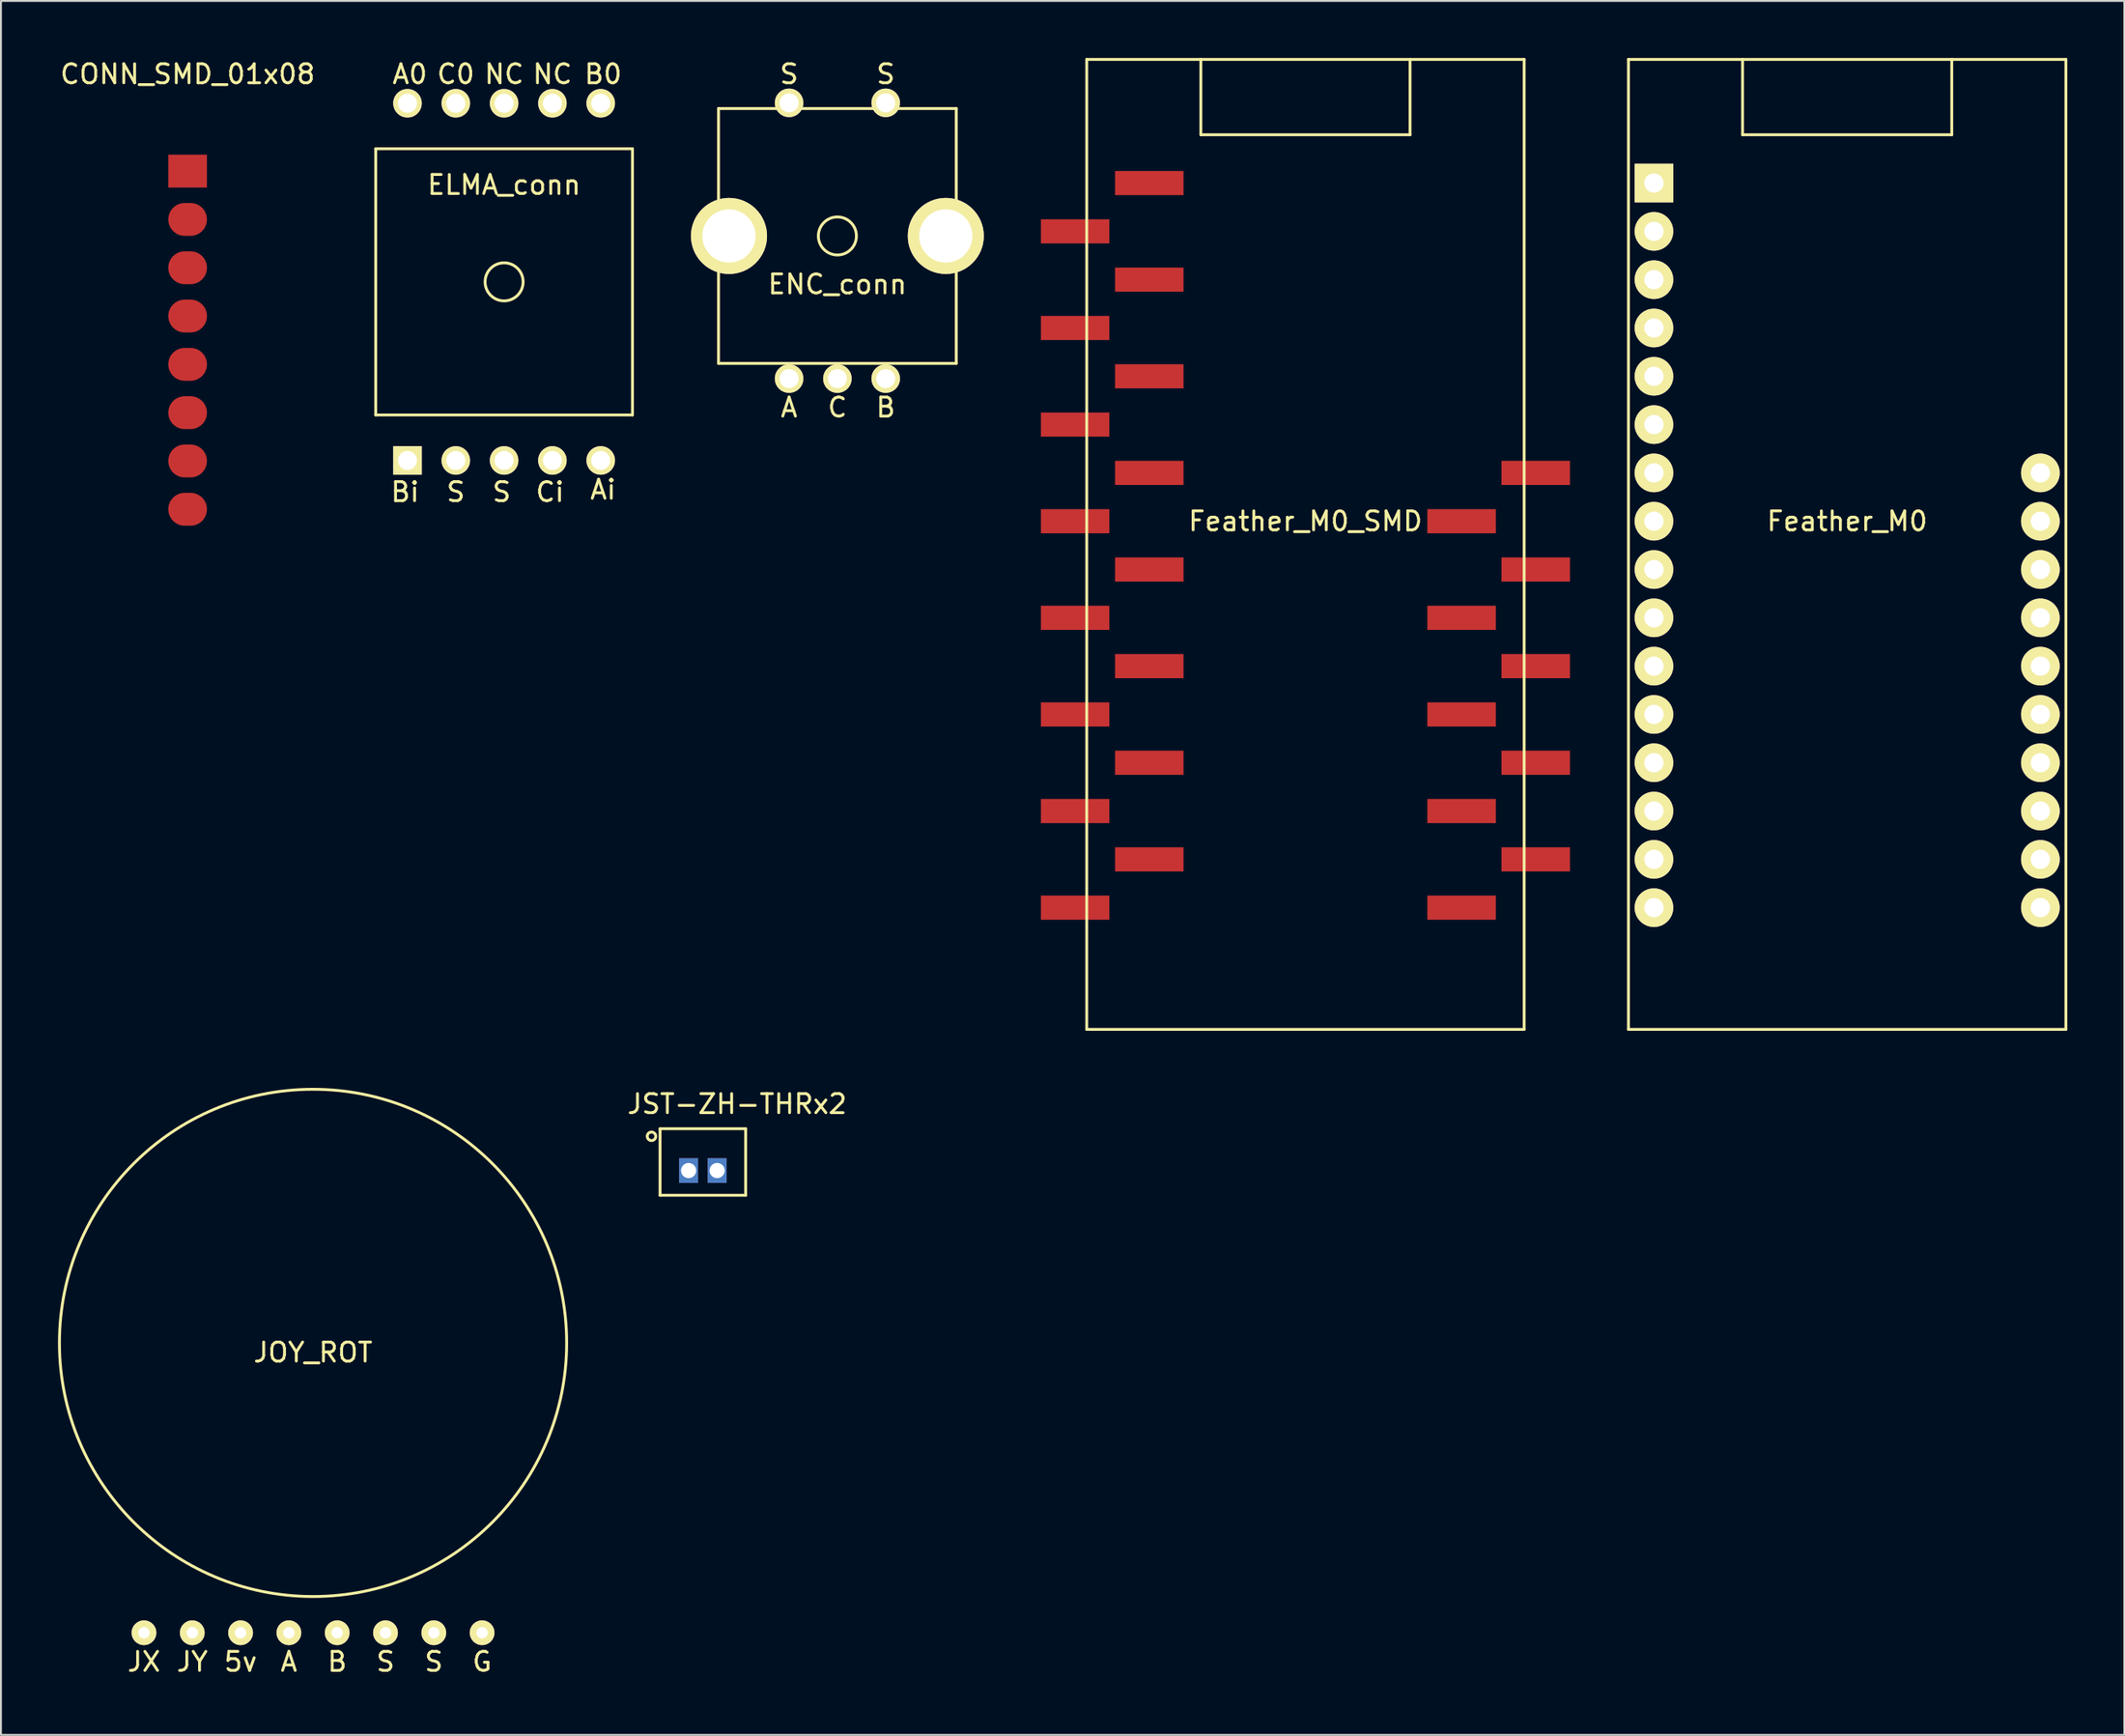
<source format=kicad_pcb>
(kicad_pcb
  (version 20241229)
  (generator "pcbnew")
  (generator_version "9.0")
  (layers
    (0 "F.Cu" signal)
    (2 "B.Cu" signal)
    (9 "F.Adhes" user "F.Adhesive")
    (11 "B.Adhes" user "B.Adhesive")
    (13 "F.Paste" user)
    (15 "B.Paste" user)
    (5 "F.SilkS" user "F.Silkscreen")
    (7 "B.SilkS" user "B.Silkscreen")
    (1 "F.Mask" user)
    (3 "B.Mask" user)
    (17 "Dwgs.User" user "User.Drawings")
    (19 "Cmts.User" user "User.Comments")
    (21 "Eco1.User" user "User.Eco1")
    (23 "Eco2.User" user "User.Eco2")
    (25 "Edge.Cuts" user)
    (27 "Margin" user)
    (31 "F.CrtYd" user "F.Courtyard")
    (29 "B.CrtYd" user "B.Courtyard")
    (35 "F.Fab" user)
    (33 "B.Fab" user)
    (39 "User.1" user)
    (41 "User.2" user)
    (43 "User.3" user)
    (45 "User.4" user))
  (footprint "JST-ZH-THRx2"
    (layer "F.Cu")
    (at 33.907 58.498)
    (property "Reference" "JST-ZH-THRx2" (at 1.8 -3.5 0) (layer "F.SilkS") (effects (font (size 1 1) (thickness 0.15))))
    (attr through_hole)
    (fp_line (start -2.25 -2.2) (end -2.25 1.3) (stroke (width 0.15) (type solid)) (layer "F.SilkS"))
    (fp_line (start -2.25 1.3) (end 2.25 1.3) (stroke (width 0.15) (type solid)) (layer "F.SilkS"))
    (fp_line (start 2.25 -2.2) (end -2.25 -2.2) (stroke (width 0.15) (type solid)) (layer "F.SilkS"))
    (fp_line (start 2.25 -2.2) (end 2.25 1.3) (stroke (width 0.15) (type solid)) (layer "F.SilkS"))
    (fp_circle (center -2.7 -1.8) (end -2.5 -1.7) (stroke (width 0.15) (type solid)) (fill no) (layer "F.SilkS"))
    (pad "1" thru_hole rect (at -0.75 0) (size 1 1.3) (drill 0.8) (layers "*.Cu" "*.Mask"))
    (pad "2" thru_hole rect (at 0.75 0) (size 1 1.3) (drill 0.8) (layers "*.Cu" "*.Mask")))
  (footprint "Feather_M0_SMD"
    (layer "F.Cu")
    (at 65.591 24.355)
    (property "Reference" "Feather_M0_SMD" (at 0 0 0) (layer "F.SilkS") (effects (font (size 1 1) (thickness 0.15))))
    (attr through_hole)
    (fp_line (start -11.5 -24.28) (end 11.5 -24.28) (stroke (width 0.15) (type solid)) (layer "F.SilkS"))
    (fp_line (start -11.5 26.72) (end -11.5 -24.28) (stroke (width 0.15) (type solid)) (layer "F.SilkS"))
    (fp_line (start -5.5 -24.28) (end -5.5 -20.32) (stroke (width 0.15) (type solid)) (layer "F.SilkS"))
    (fp_line (start -5.5 -20.32) (end 5.5 -20.32) (stroke (width 0.15) (type solid)) (layer "F.SilkS"))
    (fp_line (start 5.5 -20.32) (end 5.5 -24.28) (stroke (width 0.15) (type solid)) (layer "F.SilkS"))
    (fp_line (start 11.5 -24.28) (end 11.5 26.72) (stroke (width 0.15) (type solid)) (layer "F.SilkS"))
    (fp_line (start 11.5 26.72) (end -11.5 26.72) (stroke (width 0.15) (type solid)) (layer "F.SilkS"))
    (pad "1" smd rect (at -8.21 -17.78) (size 3.6 1.27) (layers "F.Cu" "F.Mask" "F.Paste"))
    (pad "2" smd rect (at -12.11 -15.24) (size 3.6 1.27) (layers "F.Cu" "F.Mask" "F.Paste"))
    (pad "3" smd rect (at -8.21 -12.7) (size 3.6 1.27) (layers "F.Cu" "F.Mask" "F.Paste"))
    (pad "4" smd rect (at -12.11 -10.16) (size 3.6 1.27) (layers "F.Cu" "F.Mask" "F.Paste"))
    (pad "5" smd rect (at -8.21 -7.62) (size 3.6 1.27) (layers "F.Cu" "F.Mask" "F.Paste"))
    (pad "6" smd rect (at -12.11 -5.08) (size 3.6 1.27) (layers "F.Cu" "F.Mask" "F.Paste"))
    (pad "7" smd rect (at -8.21 -2.54) (size 3.6 1.27) (layers "F.Cu" "F.Mask" "F.Paste"))
    (pad "8" smd rect (at -12.11 0) (size 3.6 1.27) (layers "F.Cu" "F.Mask" "F.Paste"))
    (pad "9" smd rect (at -8.21 2.54) (size 3.6 1.27) (layers "F.Cu" "F.Mask" "F.Paste"))
    (pad "10" smd rect (at -12.11 5.08) (size 3.6 1.27) (layers "F.Cu" "F.Mask" "F.Paste"))
    (pad "11" smd rect (at -8.21 7.62) (size 3.6 1.27) (layers "F.Cu" "F.Mask" "F.Paste"))
    (pad "12" smd rect (at -12.11 10.16) (size 3.6 1.27) (layers "F.Cu" "F.Mask" "F.Paste"))
    (pad "13" smd rect (at -8.21 12.7) (size 3.6 1.27) (layers "F.Cu" "F.Mask" "F.Paste"))
    (pad "14" smd rect (at -12.11 15.24) (size 3.6 1.27) (layers "F.Cu" "F.Mask" "F.Paste"))
    (pad "15" smd rect (at -8.21 17.78) (size 3.6 1.27) (layers "F.Cu" "F.Mask" "F.Paste"))
    (pad "16" smd rect (at -12.11 20.32) (size 3.6 1.27) (layers "F.Cu" "F.Mask" "F.Paste"))
    (pad "17" smd rect (at 8.21 0) (size 3.6 1.27) (layers "F.Cu" "F.Mask" "F.Paste"))
    (pad "18" smd rect (at 12.11 2.54) (size 3.6 1.27) (layers "F.Cu" "F.Mask" "F.Paste"))
    (pad "19" smd rect (at 8.21 5.08) (size 3.6 1.27) (layers "F.Cu" "F.Mask" "F.Paste"))
    (pad "20" smd rect (at 12.11 7.62) (size 3.6 1.27) (layers "F.Cu" "F.Mask" "F.Paste"))
    (pad "21" smd rect (at 8.21 10.16) (size 3.6 1.27) (layers "F.Cu" "F.Mask" "F.Paste"))
    (pad "22" smd rect (at 12.11 12.7) (size 3.6 1.27) (layers "F.Cu" "F.Mask" "F.Paste"))
    (pad "23" smd rect (at 8.21 15.24) (size 3.6 1.27) (layers "F.Cu" "F.Mask" "F.Paste"))
    (pad "24" smd rect (at 12.11 17.78) (size 3.6 1.27) (layers "F.Cu" "F.Mask" "F.Paste"))
    (pad "25" smd rect (at 8.21 20.32) (size 3.6 1.27) (layers "F.Cu" "F.Mask" "F.Paste"))
    (pad "26" smd rect (at 12.11 -2.54) (size 3.6 1.27) (layers "F.Cu" "F.Mask" "F.Paste")))
  (footprint "ENC_conn"
    (layer "F.Cu")
    (at 40.981 9.357)
    (property "Reference" "ENC_conn" (at 0 2.54 0) (layer "F.SilkS") (effects (font (size 1 1) (thickness 0.15))))
    (attr through_hole)
    (fp_line (start -6.25 -6.7) (end -6.25 6.7) (stroke (width 0.15) (type solid)) (layer "F.SilkS"))
    (fp_line (start -6.25 -6.7) (end 6.25 -6.7) (stroke (width 0.15) (type solid)) (layer "F.SilkS"))
    (fp_line (start -6.25 6.7) (end 6.25 6.7) (stroke (width 0.15) (type solid)) (layer "F.SilkS"))
    (fp_line (start 6.25 -6.7) (end 6.25 6.7) (stroke (width 0.15) (type solid)) (layer "F.SilkS"))
    (fp_circle (center 0 0) (end 1 0) (stroke (width 0.15) (type solid)) (fill no) (layer "F.SilkS"))
    (fp_text user "B" (at 2.54 9.017 0) (layer "F.SilkS") (effects (font (size 1 1) (thickness 0.15))))
    (fp_text user "C" (at 0 9.017 0) (layer "F.SilkS") (effects (font (size 1 1) (thickness 0.15))))
    (fp_text user "A" (at -2.54 9.017 0) (layer "F.SilkS") (effects (font (size 1 1) (thickness 0.15))))
    (fp_text user "S" (at -2.54 -8.509 0) (layer "F.SilkS") (effects (font (size 1 1) (thickness 0.15))))
    (fp_text user "S" (at 2.54 -8.509 0) (layer "F.SilkS") (effects (font (size 1 1) (thickness 0.15))))
    (pad "" thru_hole circle (at -5.7 0 90) (size 4 4) (drill 2.8) (layers "*.Cu" "*.Mask" "F.SilkS"))
    (pad "" thru_hole circle (at 5.7 0 90) (size 4 4) (drill 2.8) (layers "*.Cu" "*.Mask" "F.SilkS"))
    (pad "1" thru_hole circle (at -2.54 -7 90) (size 1.5 1.5) (drill 1) (layers "*.Cu" "*.Mask" "F.SilkS"))
    (pad "2" thru_hole circle (at 2.54 7.5 90) (size 1.5 1.5) (drill 1) (layers "*.Cu" "*.Mask" "F.SilkS"))
    (pad "3" thru_hole circle (at 0 7.5 90) (size 1.5 1.5) (drill 1) (layers "*.Cu" "*.Mask" "F.SilkS"))
    (pad "4" thru_hole circle (at -2.54 7.5 90) (size 1.5 1.5) (drill 1) (layers "*.Cu" "*.Mask" "F.SilkS"))
    (pad "5" thru_hole circle (at 2.54 -7 90) (size 1.5 1.5) (drill 1) (layers "*.Cu" "*.Mask" "F.SilkS")))
  (footprint "ELMA_conn"
    (layer "F.Cu")
    (at 23.456 11.77)
    (property "Reference" "ELMA_conn" (at 0 -5.1 0) (layer "F.SilkS") (effects (font (size 1 1) (thickness 0.15))))
    (attr through_hole)
    (fp_line (start -6.75 -7) (end 6.75 -7) (stroke (width 0.15) (type solid)) (layer "F.SilkS"))
    (fp_line (start -6.75 7) (end -6.75 -7) (stroke (width 0.15) (type solid)) (layer "F.SilkS"))
    (fp_line (start 6.75 -7) (end 6.75 7) (stroke (width 0.15) (type solid)) (layer "F.SilkS"))
    (fp_line (start 6.75 7) (end -6.75 7) (stroke (width 0.15) (type solid)) (layer "F.SilkS"))
    (fp_circle (center 0 0) (end 1 0) (stroke (width 0.15) (type solid)) (fill no) (layer "F.SilkS"))
    (fp_text user "S" (at -0.127 11.049 0) (layer "F.SilkS") (effects (font (size 1 1) (thickness 0.15))))
    (fp_text user "NC" (at 2.54 -10.922 0) (layer "F.SilkS") (effects (font (size 1 1) (thickness 0.15))))
    (fp_text user "A0" (at -4.953 -10.922 0) (layer "F.SilkS") (effects (font (size 1 1) (thickness 0.15))))
    (fp_text user "C0" (at -2.54 -10.922 0) (layer "F.SilkS") (effects (font (size 1 1) (thickness 0.15))))
    (fp_text user "Ai" (at 5.207 10.922 0) (layer "F.SilkS") (effects (font (size 1 1) (thickness 0.15))))
    (fp_text user "B0" (at 5.207 -10.922 0) (layer "F.SilkS") (effects (font (size 1 1) (thickness 0.15))))
    (fp_text user "S" (at -2.54 11.049 0) (layer "F.SilkS") (effects (font (size 1 1) (thickness 0.15))))
    (fp_text user "NC" (at 0 -10.922 0) (layer "F.SilkS") (effects (font (size 1 1) (thickness 0.15))))
    (fp_text user "Bi" (at -5.207 11.049 0) (layer "F.SilkS") (effects (font (size 1 1) (thickness 0.15))))
    (fp_text user "Ci" (at 2.413 11.049 0) (layer "F.SilkS") (effects (font (size 1 1) (thickness 0.15))))
    (pad "1" thru_hole rect (at -5.08 9.39 90) (size 1.5 1.5) (drill 1) (layers "*.Cu" "*.Mask" "F.SilkS"))
    (pad "2" thru_hole circle (at -2.54 9.39 90) (size 1.5 1.5) (drill 1) (layers "*.Cu" "*.Mask" "F.SilkS"))
    (pad "3" thru_hole circle (at 0 9.39 90) (size 1.5 1.5) (drill 1) (layers "*.Cu" "*.Mask" "F.SilkS"))
    (pad "4" thru_hole circle (at 2.54 9.39 90) (size 1.5 1.5) (drill 1) (layers "*.Cu" "*.Mask" "F.SilkS"))
    (pad "5" thru_hole circle (at 5.08 9.39 90) (size 1.5 1.5) (drill 1) (layers "*.Cu" "*.Mask" "F.SilkS"))
    (pad "6" thru_hole circle (at -5.08 -9.39 90) (size 1.5 1.5) (drill 1) (layers "*.Cu" "*.Mask" "F.SilkS"))
    (pad "7" thru_hole circle (at -2.54 -9.39 90) (size 1.5 1.5) (drill 1) (layers "*.Cu" "*.Mask" "F.SilkS"))
    (pad "8" thru_hole circle (at 0 -9.39 90) (size 1.5 1.5) (drill 1) (layers "*.Cu" "*.Mask" "F.SilkS"))
    (pad "9" thru_hole circle (at 2.54 -9.39 90) (size 1.5 1.5) (drill 1) (layers "*.Cu" "*.Mask" "F.SilkS"))
    (pad "10" thru_hole circle (at 5.08 -9.39 90) (size 1.5 1.5) (drill 1) (layers "*.Cu" "*.Mask" "F.SilkS")))
  (footprint "Feather_M0"
    (layer "F.Cu")
    (at 94.076 24.355)
    (property "Reference" "Feather_M0" (at 0 0 0) (layer "F.SilkS") (effects (font (size 1 1) (thickness 0.15))))
    (attr through_hole)
    (fp_line (start -11.5 -24.28) (end 11.5 -24.28) (stroke (width 0.15) (type solid)) (layer "F.SilkS"))
    (fp_line (start -11.5 26.72) (end -11.5 -24.28) (stroke (width 0.15) (type solid)) (layer "F.SilkS"))
    (fp_line (start -5.5 -24.28) (end -5.5 -20.32) (stroke (width 0.15) (type solid)) (layer "F.SilkS"))
    (fp_line (start -5.5 -20.32) (end 5.5 -20.32) (stroke (width 0.15) (type solid)) (layer "F.SilkS"))
    (fp_line (start 5.5 -20.32) (end 5.5 -24.28) (stroke (width 0.15) (type solid)) (layer "F.SilkS"))
    (fp_line (start 11.5 -24.28) (end 11.5 26.72) (stroke (width 0.15) (type solid)) (layer "F.SilkS"))
    (fp_line (start 11.5 26.72) (end -11.5 26.72) (stroke (width 0.15) (type solid)) (layer "F.SilkS"))
    (pad "1" thru_hole rect (at -10.16 -17.78) (size 2.032 2.032) (drill 1.016) (layers "*.Cu" "*.Mask" "F.SilkS"))
    (pad "2" thru_hole oval (at -10.16 -15.24) (size 2.032 2.032) (drill 1.016) (layers "*.Cu" "*.Mask" "F.SilkS"))
    (pad "3" thru_hole oval (at -10.16 -12.7) (size 2.032 2.032) (drill 1.016) (layers "*.Cu" "*.Mask" "F.SilkS"))
    (pad "4" thru_hole oval (at -10.16 -10.16) (size 2.032 2.032) (drill 1.016) (layers "*.Cu" "*.Mask" "F.SilkS"))
    (pad "5" thru_hole oval (at -10.16 -7.62) (size 2.032 2.032) (drill 1.016) (layers "*.Cu" "*.Mask" "F.SilkS"))
    (pad "6" thru_hole oval (at -10.16 -5.08) (size 2.032 2.032) (drill 1.016) (layers "*.Cu" "*.Mask" "F.SilkS"))
    (pad "7" thru_hole oval (at -10.16 -2.54) (size 2.032 2.032) (drill 1.016) (layers "*.Cu" "*.Mask" "F.SilkS"))
    (pad "8" thru_hole oval (at -10.16 0) (size 2.032 2.032) (drill 1.016) (layers "*.Cu" "*.Mask" "F.SilkS"))
    (pad "9" thru_hole oval (at -10.16 2.54) (size 2.032 2.032) (drill 1.016) (layers "*.Cu" "*.Mask" "F.SilkS"))
    (pad "10" thru_hole oval (at -10.16 5.08) (size 2.032 2.032) (drill 1.016) (layers "*.Cu" "*.Mask" "F.SilkS"))
    (pad "11" thru_hole oval (at -10.16 7.62) (size 2.032 2.032) (drill 1.016) (layers "*.Cu" "*.Mask" "F.SilkS"))
    (pad "12" thru_hole oval (at -10.16 10.16) (size 2.032 2.032) (drill 1.016) (layers "*.Cu" "*.Mask" "F.SilkS"))
    (pad "13" thru_hole oval (at -10.16 12.7) (size 2.032 2.032) (drill 1.016) (layers "*.Cu" "*.Mask" "F.SilkS"))
    (pad "14" thru_hole oval (at -10.16 15.24) (size 2.032 2.032) (drill 1.016) (layers "*.Cu" "*.Mask" "F.SilkS"))
    (pad "15" thru_hole oval (at -10.16 17.78) (size 2.032 2.032) (drill 1.016) (layers "*.Cu" "*.Mask" "F.SilkS"))
    (pad "16" thru_hole oval (at -10.16 20.32) (size 2.032 2.032) (drill 1.016) (layers "*.Cu" "*.Mask" "F.SilkS"))
    (pad "17" thru_hole oval (at 10.16 0) (size 2.032 2.032) (drill 1.016) (layers "*.Cu" "*.Mask" "F.SilkS"))
    (pad "18" thru_hole oval (at 10.16 2.54) (size 2.032 2.032) (drill 1.016) (layers "*.Cu" "*.Mask" "F.SilkS"))
    (pad "19" thru_hole oval (at 10.16 5.08) (size 2.032 2.032) (drill 1.016) (layers "*.Cu" "*.Mask" "F.SilkS"))
    (pad "20" thru_hole oval (at 10.16 7.62) (size 2.032 2.032) (drill 1.016) (layers "*.Cu" "*.Mask" "F.SilkS"))
    (pad "21" thru_hole oval (at 10.16 10.16) (size 2.032 2.032) (drill 1.016) (layers "*.Cu" "*.Mask" "F.SilkS"))
    (pad "22" thru_hole oval (at 10.16 12.7) (size 2.032 2.032) (drill 1.016) (layers "*.Cu" "*.Mask" "F.SilkS"))
    (pad "23" thru_hole oval (at 10.16 15.24) (size 2.032 2.032) (drill 1.016) (layers "*.Cu" "*.Mask" "F.SilkS"))
    (pad "24" thru_hole oval (at 10.16 17.78) (size 2.032 2.032) (drill 1.016) (layers "*.Cu" "*.Mask" "F.SilkS"))
    (pad "25" thru_hole oval (at 10.16 20.32) (size 2.032 2.032) (drill 1.016) (layers "*.Cu" "*.Mask" "F.SilkS"))
    (pad "26" thru_hole oval (at 10.16 -2.54) (size 2.032 2.032) (drill 1.016) (layers "*.Cu" "*.Mask" "F.SilkS")))
  (footprint "JOY_ROT"
    (layer "F.Cu")
    (at 13.41 67.56)
    (property "Reference" "JOY_ROT" (at 0 0.5 0) (layer "F.SilkS") (effects (font (size 1 1) (thickness 0.15))))
    (attr through_hole)
    (fp_circle (center 0 0) (end 13.335 0) (stroke (width 0.15) (type solid)) (fill no) (layer "F.SilkS"))
    (fp_text user "5v" (at -3.81 16.764 0) (layer "F.SilkS") (effects (font (size 1 1) (thickness 0.15))))
    (fp_text user "G" (at 8.89 16.764 0) (layer "F.SilkS") (effects (font (size 1 1) (thickness 0.15))))
    (fp_text user "S" (at 3.81 16.764 0) (layer "F.SilkS") (effects (font (size 1 1) (thickness 0.15))))
    (fp_text user "JY" (at -6.35 16.764 0) (layer "F.SilkS") (effects (font (size 1 1) (thickness 0.15))))
    (fp_text user "JX" (at -8.89 16.764 0) (layer "F.SilkS") (effects (font (size 1 1) (thickness 0.15))))
    (fp_text user "A" (at -1.27 16.764 0) (layer "F.SilkS") (effects (font (size 1 1) (thickness 0.15))))
    (fp_text user "B" (at 1.27 16.764 0) (layer "F.SilkS") (effects (font (size 1 1) (thickness 0.15))))
    (fp_text user "S" (at 6.35 16.764 0) (layer "F.SilkS") (effects (font (size 1 1) (thickness 0.15))))
    (pad "1" thru_hole circle (at 8.89 15.24 90) (size 1.3 1.3) (drill 0.6) (layers "*.Cu" "*.Mask" "F.SilkS"))
    (pad "2" thru_hole circle (at 6.35 15.24 90) (size 1.3 1.3) (drill 0.6) (layers "*.Cu" "*.Mask" "F.SilkS"))
    (pad "3" thru_hole circle (at 3.81 15.24 90) (size 1.3 1.3) (drill 0.6) (layers "*.Cu" "*.Mask" "F.SilkS"))
    (pad "4" thru_hole circle (at 1.27 15.24 90) (size 1.3 1.3) (drill 0.6) (layers "*.Cu" "*.Mask" "F.SilkS"))
    (pad "5" thru_hole circle (at -1.27 15.24 90) (size 1.3 1.3) (drill 0.6) (layers "*.Cu" "*.Mask" "F.SilkS"))
    (pad "6" thru_hole circle (at -3.81 15.24 90) (size 1.3 1.3) (drill 0.6) (layers "*.Cu" "*.Mask" "F.SilkS"))
    (pad "7" thru_hole circle (at -6.35 15.24 90) (size 1.3 1.3) (drill 0.6) (layers "*.Cu" "*.Mask" "F.SilkS"))
    (pad "8" thru_hole circle (at -8.89 15.24 90) (size 1.3 1.3) (drill 0.6) (layers "*.Cu" "*.Mask" "F.SilkS")))
  (footprint "CONN_SMD_01x08"
    (layer "F.Cu")
    (at 6.815 5.948)
    (property "Reference" "CONN_SMD_01x08" (at 0 -5.1 0) (layer "F.SilkS") (effects (font (size 1 1) (thickness 0.15))))
    (attr through_hole)
    (pad "1" smd rect (at 0 0) (size 2.032 1.727) (layers "F.Cu" "F.Mask" "F.Paste"))
    (pad "2" smd oval (at 0 2.54) (size 2.032 1.727) (layers "F.Cu" "F.Mask" "F.Paste"))
    (pad "3" smd oval (at 0 5.08) (size 2.032 1.727) (layers "F.Cu" "F.Mask" "F.Paste"))
    (pad "4" smd oval (at 0 7.62) (size 2.032 1.727) (layers "F.Cu" "F.Mask" "F.Paste"))
    (pad "5" smd oval (at 0 10.16) (size 2.032 1.727) (layers "F.Cu" "F.Mask" "F.Paste"))
    (pad "6" smd oval (at 0 12.7) (size 2.032 1.727) (layers "F.Cu" "F.Mask" "F.Paste"))
    (pad "7" smd oval (at 0 15.24) (size 2.032 1.727) (layers "F.Cu" "F.Mask" "F.Paste"))
    (pad "8" smd oval (at 0 17.78) (size 2.032 1.727) (layers "F.Cu" "F.Mask" "F.Paste")))
  (gr_rect
    (start -3 -3)
    (end 108.651 88.172)
    (stroke (width 0.1) (type default))
    (fill no)
    (layer "Edge.Cuts")))
</source>
